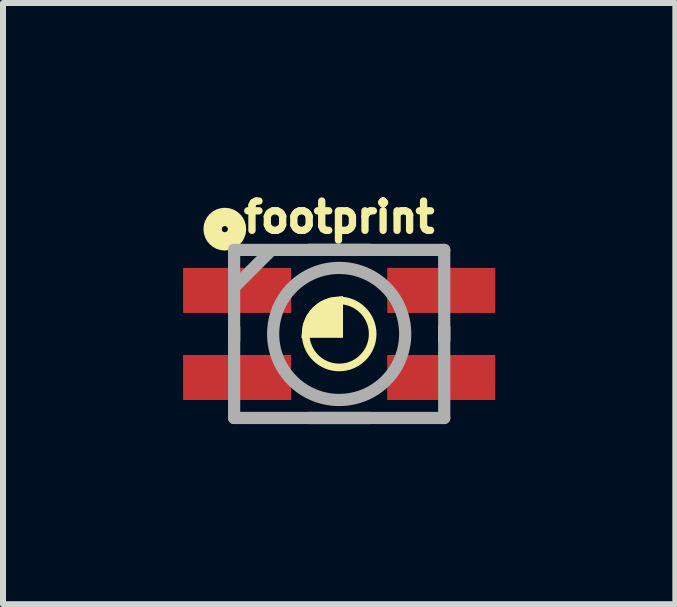
<source format=kicad_pcb>
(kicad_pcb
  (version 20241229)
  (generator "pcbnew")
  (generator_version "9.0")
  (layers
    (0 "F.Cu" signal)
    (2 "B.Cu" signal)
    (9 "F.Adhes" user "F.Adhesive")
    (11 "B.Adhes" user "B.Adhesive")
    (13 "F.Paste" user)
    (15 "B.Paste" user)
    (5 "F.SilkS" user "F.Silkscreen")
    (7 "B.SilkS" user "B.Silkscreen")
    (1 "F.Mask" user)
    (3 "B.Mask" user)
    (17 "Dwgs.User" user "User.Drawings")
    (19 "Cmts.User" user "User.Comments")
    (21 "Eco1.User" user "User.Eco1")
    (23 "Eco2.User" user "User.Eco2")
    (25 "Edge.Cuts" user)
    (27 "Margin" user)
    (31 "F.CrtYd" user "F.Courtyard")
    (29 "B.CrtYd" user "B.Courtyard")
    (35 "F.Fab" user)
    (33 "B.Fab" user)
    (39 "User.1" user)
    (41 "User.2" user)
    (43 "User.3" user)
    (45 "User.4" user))
  (footprint "footprint"
    (layer "F.Cu")
    (at 2.6 2.513)
    (property "Reference" "footprint" (at 0 -1.66 0) (layer "F.SilkS") (effects (font (size 0.488 0.488) (thickness 0.122)) (justify bottom)))
    (fp_line (start -1.75 0.102) (end -1.75 -0.102) (stroke (width 0.203) (type solid)) (layer "F.SilkS"))
    (fp_line (start -0.508 -1.4) (end 0.508 -1.4) (stroke (width 0.203) (type solid)) (layer "F.SilkS"))
    (fp_line (start -0.508 1.4) (end 0.508 1.4) (stroke (width 0.203) (type solid)) (layer "F.SilkS"))
    (fp_line (start 1.75 0.102) (end 1.75 -0.102) (stroke (width 0.203) (type solid)) (layer "F.SilkS"))
    (fp_circle (center -1.905 -1.746) (end -1.854 -1.746) (stroke (width 0.305) (type solid)) (fill no) (layer "F.SilkS"))
    (fp_circle (center 0 0) (end 0.558 0) (stroke (width 0.127) (type solid)) (fill no) (layer "F.SilkS"))
    (fp_poly (pts (xy 0.064 0.064) (xy -0.631 0.064) (xy -0.602 -0.161) (xy -0.539 -0.311) (xy -0.44 -0.44) (xy -0.311 -0.539) (xy -0.161 -0.602) (xy 0.064 -0.631)) (stroke (width 0) (type solid)) (fill yes) (layer "F.SilkS"))
    (fp_line (start -1.75 -1.4) (end -1.75 1.4) (stroke (width 0.203) (type solid)) (layer "F.Fab"))
    (fp_line (start -1.75 1.4) (end 1.75 1.4) (stroke (width 0.203) (type solid)) (layer "F.Fab"))
    (fp_line (start -1.166 -1.36) (end -1.716 -0.81) (stroke (width 0.203) (type solid)) (layer "F.Fab"))
    (fp_line (start 1.75 -1.4) (end -1.75 -1.4) (stroke (width 0.203) (type solid)) (layer "F.Fab"))
    (fp_line (start 1.75 1.4) (end 1.75 -1.4) (stroke (width 0.203) (type solid)) (layer "F.Fab"))
    (fp_circle (center 0 0) (end 1.1 0) (stroke (width 0.203) (type solid)) (fill no) (layer "F.Fab"))
    (pad "1" smd rect (at -1.7 -0.725 90) (size 0.75 1.8) (layers "F.Cu" "F.Mask" "F.Paste"))
    (pad "2" smd rect (at -1.7 0.725 90) (size 0.75 1.8) (layers "F.Cu" "F.Mask" "F.Paste"))
    (pad "3" smd rect (at 1.7 0.725 90) (size 0.75 1.8) (layers "F.Cu" "F.Mask" "F.Paste"))
    (pad "4" smd rect (at 1.7 -0.725 90) (size 0.75 1.8) (layers "F.Cu" "F.Mask" "F.Paste")))
  (gr_rect
    (start -3 -3)
    (end 8.2 7.015)
    (stroke (width 0.1) (type default))
    (fill no)
    (layer "Edge.Cuts")))
</source>
